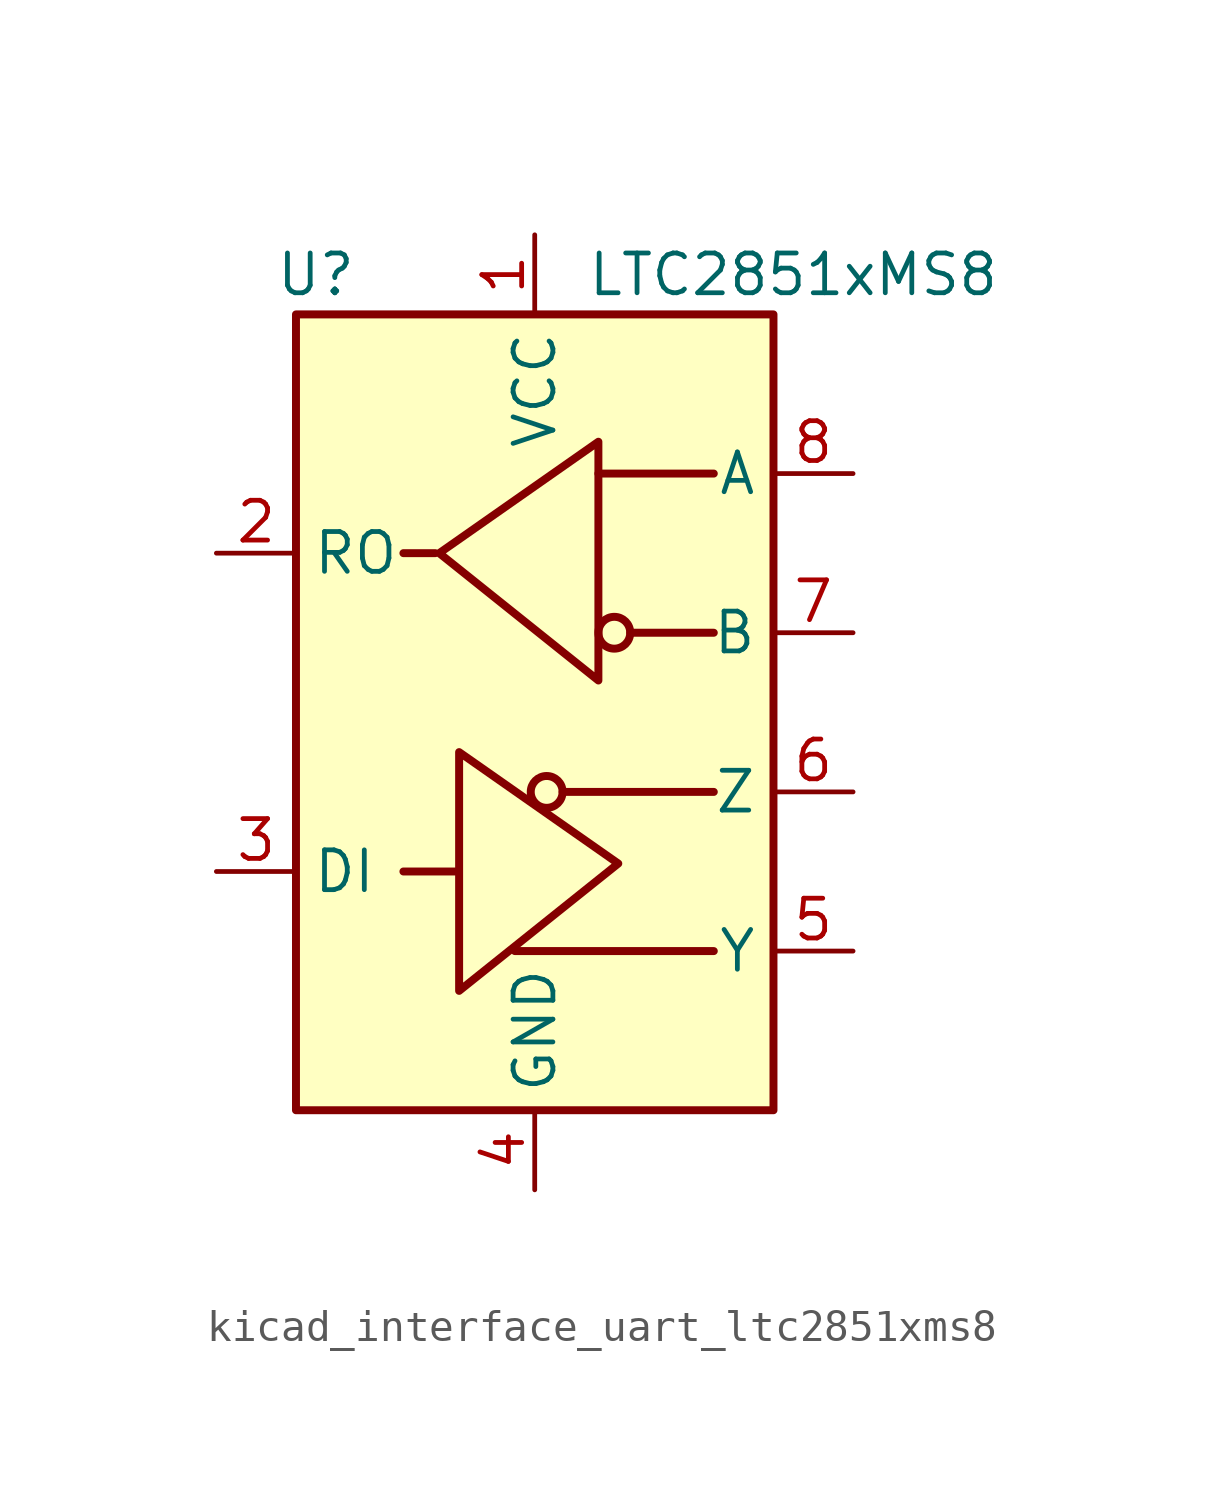
<source format=kicad_sym>
(kicad_symbol_lib
  (version 20220914)
  (generator kicad_symbol_editor)
  (symbol "kicad_interface_uart_ltc2851xms8"
    (property "Reference" "U"
      (at -6.985 13.97 0)
      (effects (font (size 1.27 1.27))))
    (property "Value" "LTC2851xMS8"
      (at 8.255 13.97 0)
      (effects (font (size 1.27 1.27))))
    (symbol "kicad_interface_uart_ltc2851xms8_0_1"
      (rectangle (start -7.62 12.7) (end 7.62 -12.7) (stroke (width 0.254) (type default)) (fill (type background))))
    (symbol "kicad_interface_uart_ltc2851xms8_1_1"
      (polyline (pts (xy -2.54 -5.08) (xy -4.191 -5.08)) (stroke (width 0.254) (type default)) (fill (type none)))
      (polyline (pts (xy -0.635 -7.62) (xy 5.715 -7.62)) (stroke (width 0.254) (type default)) (fill (type none)))
      (polyline (pts (xy 0.889 -2.54) (xy 5.715 -2.54)) (stroke (width 0.254) (type default)) (fill (type none)))
      (polyline (pts (xy 2.032 7.62) (xy 5.715 7.62)) (stroke (width 0.254) (type default)) (fill (type none)))
      (polyline (pts (xy 3.048 2.54) (xy 5.715 2.54)) (stroke (width 0.254) (type default)) (fill (type none)))
      (polyline (pts (xy -3.175 5.08) (xy -4.191 5.08) (xy -4.064 5.08)) (stroke (width 0.254) (type default)) (fill (type none)))
      (polyline (pts (xy -2.413 -5.08) (xy -2.413 -1.27) (xy 2.667 -4.826) (xy -2.413 -8.89) (xy -2.413 -5.08)) (stroke (width 0.254) (type default)) (fill (type none)))
      (polyline (pts (xy 2.032 4.826) (xy 2.032 8.636) (xy -3.048 5.08) (xy 2.032 1.016) (xy 2.032 4.826)) (stroke (width 0.254) (type default)) (fill (type none)))
      (circle (center 0.381 -2.54) (radius 0.508) (stroke (width 0.254) (type default)) (fill (type none)))
      (circle (center 2.54 2.54) (radius 0.508) (stroke (width 0.254) (type default)) (fill (type none)))
      (pin power_in line (at 0 15.24 270) (length 2.54) (name "VCC" (effects (font (size 1.27 1.27)))) (number "1" (effects (font (size 1.27 1.27)))))
      (pin output line (at -10.16 5.08 0) (length 2.54) (name "RO" (effects (font (size 1.27 1.27)))) (number "2" (effects (font (size 1.27 1.27)))))
      (pin input line (at -10.16 -5.08 0) (length 2.54) (name "DI" (effects (font (size 1.27 1.27)))) (number "3" (effects (font (size 1.27 1.27)))))
      (pin power_in line (at 0 -15.24 90) (length 2.54) (name "GND" (effects (font (size 1.27 1.27)))) (number "4" (effects (font (size 1.27 1.27)))))
      (pin output line (at 10.16 -7.62 180) (length 2.54) (name "Y" (effects (font (size 1.27 1.27)))) (number "5" (effects (font (size 1.27 1.27)))))
      (pin output line (at 10.16 -2.54 180) (length 2.54) (name "Z" (effects (font (size 1.27 1.27)))) (number "6" (effects (font (size 1.27 1.27)))))
      (pin input line (at 10.16 2.54 180) (length 2.54) (name "B" (effects (font (size 1.27 1.27)))) (number "7" (effects (font (size 1.27 1.27)))))
      (pin input line (at 10.16 7.62 180) (length 2.54) (name "A" (effects (font (size 1.27 1.27)))) (number "8" (effects (font (size 1.27 1.27))))))))
</source>
